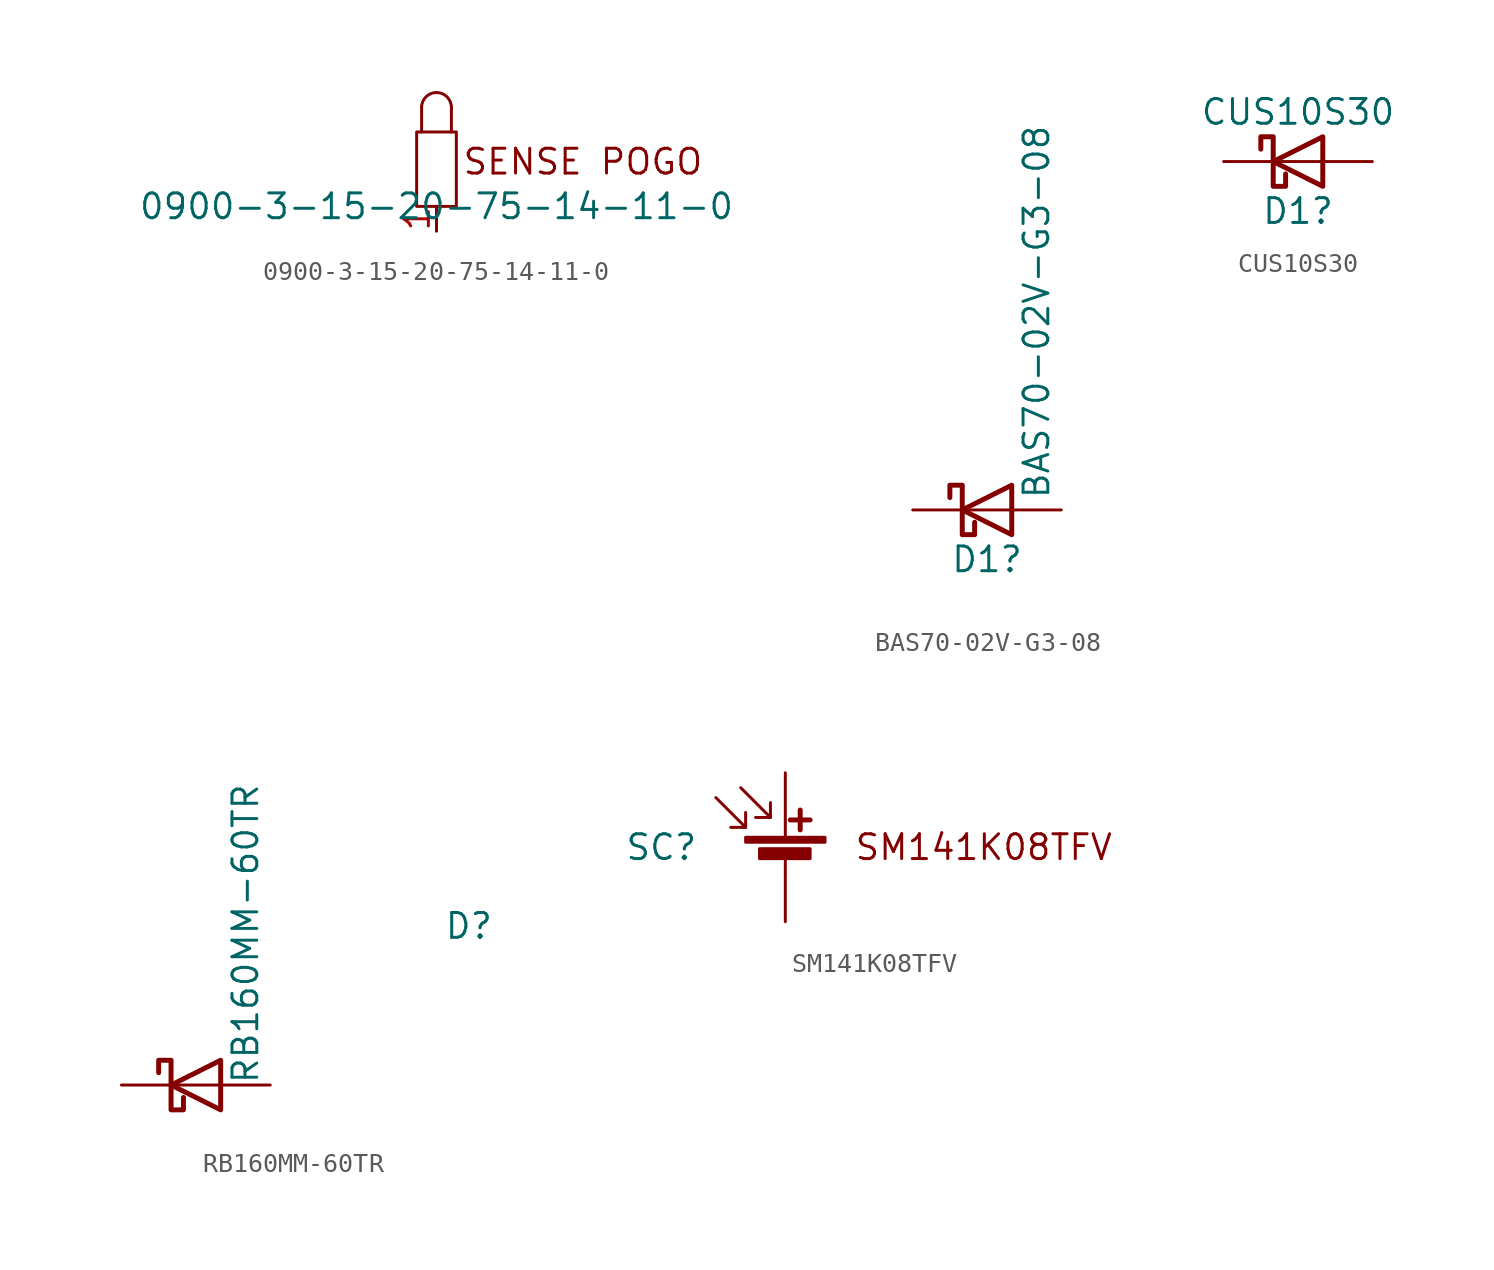
<source format=kicad_sym>
(kicad_symbol_lib
  (version 20220914)
  (generator kicad_symbol_editor)
  (symbol "0900-3-15-20-75-14-11-0"
    (property "Reference" "U"
      (at 0 0 0)
      (effects (font (size 1.27 1.27)) hide))
    (property "Value" "0900-3-15-20-75-14-11-0"
      (at 0 0 0)
      (effects (font (size 1.27 1.27))))
    (symbol "0900-3-15-20-75-14-11-0_0_1"
      (rectangle (start -1.016 3.81) (end 1.016 0) (stroke (width 0) (type default)) (fill (type none)))
      (polyline (pts (xy -0.762 5.08) (xy -0.762 3.81)) (stroke (width 0) (type default)) (fill (type none)))
      (polyline (pts (xy 0.762 5.08) (xy 0.762 3.81)) (stroke (width 0) (type default)) (fill (type none)))
      (arc (start 0.762 5.08) (mid 0 5.8298) (end -0.762 5.08) (stroke (width 0) (type default)) (fill (type none))))
    (symbol "0900-3-15-20-75-14-11-0_1_1"
      (text "SENSE POGO" (at 7.493 2.286 0) (effects (font (size 1.27 1.27))))
      (pin passive line (at 0 -1.27 90) (length 1.27) (name "" (effects (font (size 1.27 1.27)))) (number "1" (effects (font (size 1.27 1.27)))))))
  (symbol "BAS70-02V-G3-08"
    (pin_numbers hide)
    (pin_names hide)
    (property "Reference" "D1"
      (at 0 -2.54 0)
      (effects (font (size 1.27 1.27))))
    (property "Value" "BAS70-02V-G3-08"
      (at 2.54 10.16 90)
      (do_not_autoplace)
      (effects (font (size 1.27 1.27))))
    (symbol "BAS70-02V-G3-08_0_1"
      (polyline (pts (xy 1.27 0) (xy -1.27 0)) (stroke (width 0) (type default)) (fill (type none)))
      (polyline (pts (xy 1.27 1.27) (xy 1.27 -1.27) (xy -1.27 0) (xy 1.27 1.27)) (stroke (width 0.254) (type default)) (fill (type none)))
      (polyline (pts (xy -1.905 0.635) (xy -1.905 1.27) (xy -1.27 1.27) (xy -1.27 -1.27) (xy -0.635 -1.27) (xy -0.635 -0.635)) (stroke (width 0.254) (type default)) (fill (type none))))
    (symbol "BAS70-02V-G3-08_1_1"
      (pin passive line (at 3.81 0 180) (length 2.54) (name "A" (effects (font (size 1.27 1.27)))) (number "0" (effects (font (size 1.27 1.27)))))
      (pin passive line (at -3.81 0 0) (length 2.54) (name "C" (effects (font (size 1.27 1.27)))) (number "1" (effects (font (size 1.27 1.27)))))))
  (symbol "CUS10S30"
    (pin_numbers hide)
    (pin_names hide)
    (property "Reference" "D1"
      (at 0 -2.54 0)
      (effects (font (size 1.27 1.27))))
    (property "Value" "CUS10S30"
      (at 0 2.54 0)
      (effects (font (size 1.27 1.27))))
    (symbol "CUS10S30_0_1"
      (polyline (pts (xy 1.27 0) (xy -1.27 0)) (stroke (width 0) (type default)) (fill (type none)))
      (polyline (pts (xy 1.27 1.27) (xy 1.27 -1.27) (xy -1.27 0) (xy 1.27 1.27)) (stroke (width 0.254) (type default)) (fill (type none)))
      (polyline (pts (xy -1.905 0.635) (xy -1.905 1.27) (xy -1.27 1.27) (xy -1.27 -1.27) (xy -0.635 -1.27) (xy -0.635 -0.635)) (stroke (width 0.254) (type default)) (fill (type none))))
    (symbol "CUS10S30_1_1"
      (pin passive line (at 3.81 0 180) (length 2.54) (name "A" (effects (font (size 1.27 1.27)))) (number "0" (effects (font (size 1.27 1.27)))))
      (pin passive line (at -3.81 0 0) (length 2.54) (name "K" (effects (font (size 1.27 1.27)))) (number "1" (effects (font (size 1.27 1.27)))))))
  (symbol "RB160MM-60TR"
    (pin_numbers hide)
    (pin_names hide)
    (property "Reference" "D"
      (at 12.7 8.89 0)
      (effects (font (size 1.27 1.27)) (justify left top)))
    (property "Value" "RB160MM-60TR"
      (at 2.54 0 90)
      (effects (font (size 1.27 1.27)) (justify left)))
    (symbol "RB160MM-60TR_0_1"
      (polyline (pts (xy 1.27 0) (xy -1.27 0)) (stroke (width 0) (type default)) (fill (type none)))
      (polyline (pts (xy 1.27 1.27) (xy 1.27 -1.27) (xy -1.27 0) (xy 1.27 1.27)) (stroke (width 0.254) (type default)) (fill (type none)))
      (polyline (pts (xy -1.905 0.635) (xy -1.905 1.27) (xy -1.27 1.27) (xy -1.27 -1.27) (xy -0.635 -1.27) (xy -0.635 -0.635)) (stroke (width 0.254) (type default)) (fill (type none))))
    (symbol "RB160MM-60TR_1_1"
      (pin passive line (at -3.81 0 0) (length 2.54) (name "C" (effects (font (size 1.27 1.27)))) (number "1" (effects (font (size 1.27 1.27)))))
      (pin passive line (at 3.81 0 180) (length 2.54) (name "A" (effects (font (size 1.27 1.27)))) (number "2" (effects (font (size 1.27 1.27)))))))
  (symbol "SM141K08TFV"
    (pin_numbers hide)
    (pin_names hide)
    (property "Reference" "SC"
      (at 0 0 0)
      (effects (font (size 1.27 1.27))))
    (symbol "SM141K08TFV_0_1"
      (polyline (pts (xy 4.318 1.016) (xy 2.794 2.54)) (stroke (width 0) (type default)) (fill (type none)))
      (polyline (pts (xy 5.588 1.524) (xy 4.064 3.048)) (stroke (width 0) (type default)) (fill (type none)))
      (polyline (pts (xy 6.35 -0.508) (xy 6.35 -1.27)) (stroke (width 0) (type default)) (fill (type none)))
      (polyline (pts (xy 6.35 0.508) (xy 6.35 1.27)) (stroke (width 0) (type default)) (fill (type none)))
      (polyline (pts (xy 6.604 1.397) (xy 7.62 1.397)) (stroke (width 0.254) (type default)) (fill (type none)))
      (polyline (pts (xy 7.112 1.905) (xy 7.112 0.889)) (stroke (width 0.254) (type default)) (fill (type none)))
      (polyline (pts (xy 4.318 1.778) (xy 4.318 1.016) (xy 3.556 1.016)) (stroke (width 0) (type default)) (fill (type none)))
      (polyline (pts (xy 5.588 2.286) (xy 5.588 1.524) (xy 4.826 1.524)) (stroke (width 0) (type default)) (fill (type none)))
      (rectangle (start 4.318 0.508) (end 8.382 0.254) (stroke (width 0) (type default)) (fill (type outline)))
      (rectangle (start 5.029 -0.076) (end 7.62 -0.584) (stroke (width 0) (type default)) (fill (type outline))))
    (symbol "SM141K08TFV_1_1"
      (text "SM141K08TFV" (at 16.51 0 0) (effects (font (size 1.27 1.27))))
      (pin passive line (at 6.35 -3.81 90) (length 2.54) (name "-" (effects (font (size 1.27 1.27)))) (number "0" (effects (font (size 1.27 1.27)))))
      (pin passive line (at 6.35 3.81 270) (length 2.54) (name "+" (effects (font (size 1.27 1.27)))) (number "1" (effects (font (size 1.27 1.27))))))))
</source>
